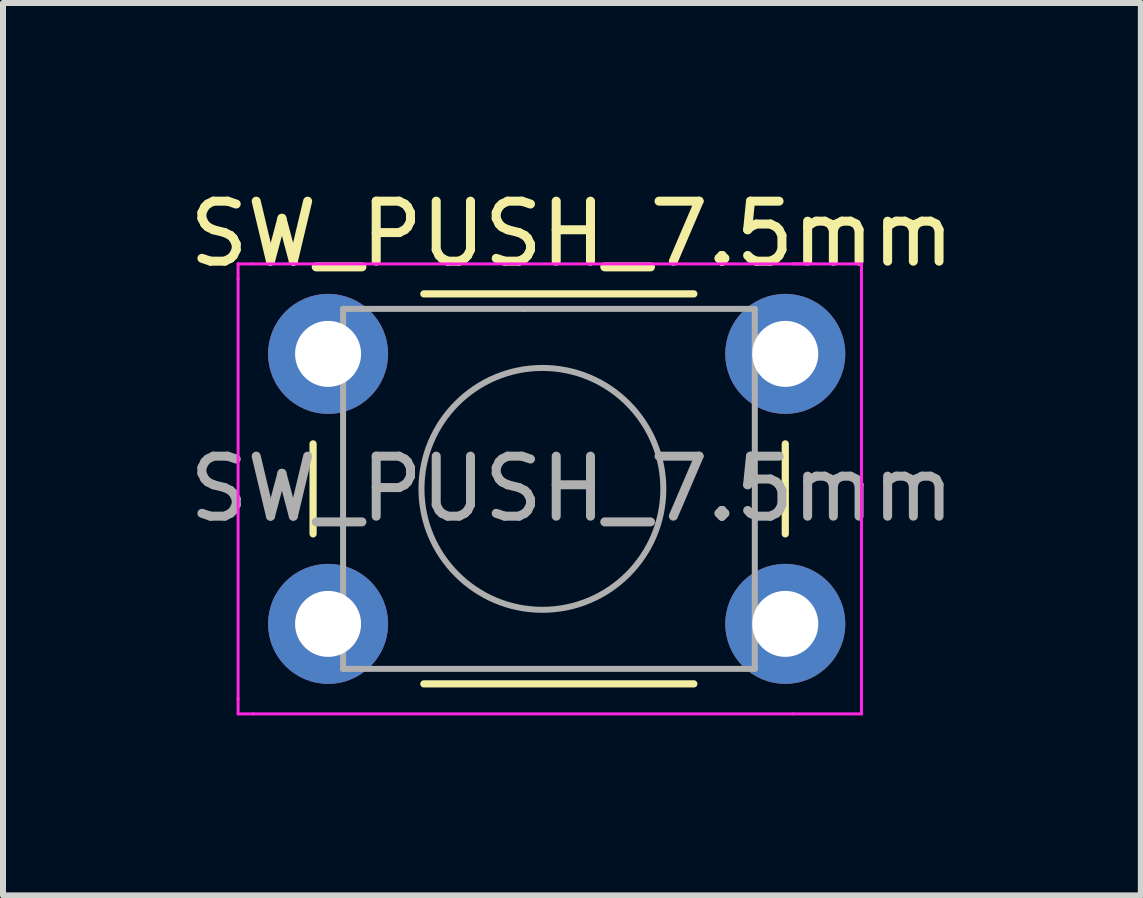
<source format=kicad_pcb>
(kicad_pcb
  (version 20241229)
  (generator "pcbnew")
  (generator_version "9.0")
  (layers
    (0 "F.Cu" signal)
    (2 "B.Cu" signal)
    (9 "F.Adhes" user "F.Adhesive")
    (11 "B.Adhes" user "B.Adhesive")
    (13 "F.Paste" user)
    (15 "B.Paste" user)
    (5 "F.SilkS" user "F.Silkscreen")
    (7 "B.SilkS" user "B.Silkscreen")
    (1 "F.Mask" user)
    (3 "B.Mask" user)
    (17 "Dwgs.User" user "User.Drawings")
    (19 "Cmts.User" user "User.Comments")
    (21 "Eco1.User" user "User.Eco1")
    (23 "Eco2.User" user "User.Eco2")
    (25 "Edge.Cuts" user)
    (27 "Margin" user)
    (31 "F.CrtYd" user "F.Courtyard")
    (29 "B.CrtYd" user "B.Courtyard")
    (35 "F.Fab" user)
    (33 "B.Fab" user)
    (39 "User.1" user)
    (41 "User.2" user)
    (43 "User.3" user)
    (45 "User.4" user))
  (footprint "SW_PUSH_7.5mm"
    (layer "F.Cu")
    (at 2.418 2.848)
    (property "Reference" "SW_PUSH_7.5mm" (at 4.064 -2 0) (layer "F.SilkS") (effects (font (size 1 1) (thickness 0.15))))
    (attr through_hole)
    (fp_line (start -0.25 1.5) (end -0.25 3) (stroke (width 0.12) (type solid)) (layer "F.SilkS"))
    (fp_line (start 1.596 5.5) (end 6.096 5.5) (stroke (width 0.12) (type solid)) (layer "F.SilkS"))
    (fp_line (start 6.096 -1) (end 1.596 -1) (stroke (width 0.12) (type solid)) (layer "F.SilkS"))
    (fp_line (start 7.62 3) (end 7.62 1.5) (stroke (width 0.12) (type solid)) (layer "F.SilkS"))
    (fp_line (start -1.5 -1.5) (end -1.25 -1.5) (stroke (width 0.05) (type solid)) (layer "F.CrtYd"))
    (fp_line (start -1.5 -1.25) (end -1.5 -1.5) (stroke (width 0.05) (type solid)) (layer "F.CrtYd"))
    (fp_line (start -1.5 5.75) (end -1.5 -1.25) (stroke (width 0.05) (type solid)) (layer "F.CrtYd"))
    (fp_line (start -1.5 5.75) (end -1.5 6) (stroke (width 0.05) (type solid)) (layer "F.CrtYd"))
    (fp_line (start -1.5 6) (end -1.25 6) (stroke (width 0.05) (type solid)) (layer "F.CrtYd"))
    (fp_line (start -1.25 -1.5) (end 8.89 -1.5) (stroke (width 0.05) (type solid)) (layer "F.CrtYd"))
    (fp_line (start 7.75 -1.5) (end 8 -1.5) (stroke (width 0.05) (type solid)) (layer "F.CrtYd"))
    (fp_line (start 7.75 6) (end -1.25 6) (stroke (width 0.05) (type solid)) (layer "F.CrtYd"))
    (fp_line (start 7.75 6) (end 8.89 6) (stroke (width 0.05) (type solid)) (layer "F.CrtYd"))
    (fp_line (start 8.89 -1.5) (end 8.89 6) (stroke (width 0.05) (type solid)) (layer "F.CrtYd"))
    (fp_line (start 0.25 -0.75) (end 3.25 -0.75) (stroke (width 0.1) (type solid)) (layer "F.Fab"))
    (fp_line (start 0.25 5.25) (end 0.25 -0.75) (stroke (width 0.1) (type solid)) (layer "F.Fab"))
    (fp_line (start 3.25 -0.75) (end 7.112 -0.75) (stroke (width 0.1) (type solid)) (layer "F.Fab"))
    (fp_line (start 7.112 -0.75) (end 7.112 5.25) (stroke (width 0.1) (type solid)) (layer "F.Fab"))
    (fp_line (start 7.112 5.25) (end 0.25 5.25) (stroke (width 0.1) (type solid)) (layer "F.Fab"))
    (fp_circle (center 3.572 2.25) (end 1.572 2.5) (stroke (width 0.1) (type solid)) (fill no) (layer "F.Fab"))
    (fp_text user "${REFERENCE}" (at 4.064 2.25 0) (layer "F.Fab") (effects (font (size 1 1) (thickness 0.15))))
    (pad "1" thru_hole circle (at 0 0 90) (size 2 2) (drill 1.1) (layers "*.Cu" "*.Mask"))
    (pad "1" thru_hole circle (at 7.62 0 90) (size 2 2) (drill 1.1) (layers "*.Cu" "*.Mask"))
    (pad "2" thru_hole circle (at 0 4.5 90) (size 2 2) (drill 1.1) (layers "*.Cu" "*.Mask"))
    (pad "2" thru_hole circle (at 7.62 4.5 90) (size 2 2) (drill 1.1) (layers "*.Cu" "*.Mask")))
  (gr_rect
    (start -3 -3)
    (end 15.964 11.873)
    (stroke (width 0.1) (type default))
    (fill no)
    (layer "Edge.Cuts")))
</source>
